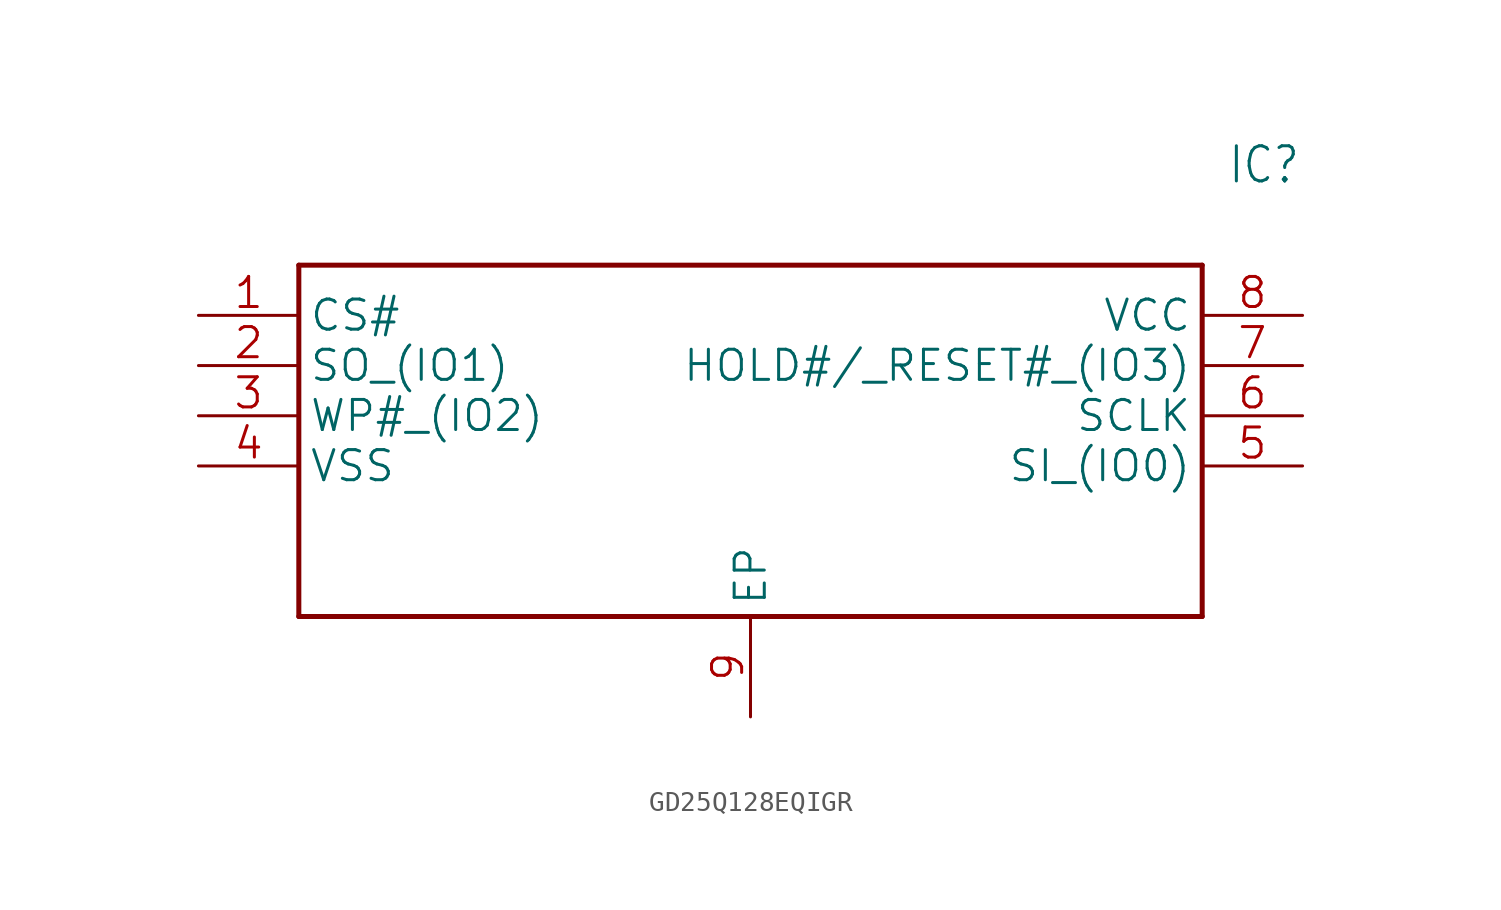
<source format=kicad_sym>
(kicad_symbol_lib
  (version 20241209)
  (generator "kicad_symbol_editor")
  (generator_version "9.0")
  (symbol "GD25Q128EQIGR"
    (property "Reference" "IC"
      (at 52.07 7.62 0)
      (effects (font (size 1.778 1.511)) (justify left)))
    (property "Value" ""
      (at 52.07 5.08 0)
      (effects (font (size 1.778 1.511)) (justify left)))
    (property "ki_locked" ""
      (at 0 0 0)
      (effects (font (size 1.27 1.27))))
    (symbol "GD25Q128EQIGR_1_0"
      (polyline (pts (xy 5.08 2.54) (xy 5.08 -15.24)) (stroke (width 0.254) (type solid)) (fill (type none)))
      (polyline (pts (xy 5.08 2.54) (xy 50.8 2.54)) (stroke (width 0.254) (type solid)) (fill (type none)))
      (polyline (pts (xy 50.8 -15.24) (xy 5.08 -15.24)) (stroke (width 0.254) (type solid)) (fill (type none)))
      (polyline (pts (xy 50.8 -15.24) (xy 50.8 2.54)) (stroke (width 0.254) (type solid)) (fill (type none)))
      (pin bidirectional line (at 0 0 0) (length 5.08) (name "CS#" (effects (font (size 1.524 1.524)))) (number "1" (effects (font (size 1.524 1.524)))))
      (pin bidirectional line (at 0 -2.54 0) (length 5.08) (name "SO_(IO1)" (effects (font (size 1.524 1.524)))) (number "2" (effects (font (size 1.524 1.524)))))
      (pin bidirectional line (at 0 -5.08 0) (length 5.08) (name "WP#_(IO2)" (effects (font (size 1.524 1.524)))) (number "3" (effects (font (size 1.524 1.524)))))
      (pin bidirectional line (at 0 -7.62 0) (length 5.08) (name "VSS" (effects (font (size 1.524 1.524)))) (number "4" (effects (font (size 1.524 1.524)))))
      (pin bidirectional line (at 27.94 -20.32 90) (length 5.08) (name "EP" (effects (font (size 1.524 1.524)))) (number "9" (effects (font (size 1.524 1.524)))))
      (pin bidirectional line (at 55.88 0 180) (length 5.08) (name "VCC" (effects (font (size 1.524 1.524)))) (number "8" (effects (font (size 1.524 1.524)))))
      (pin bidirectional line (at 55.88 -2.54 180) (length 5.08) (name "HOLD#/_RESET#_(IO3)" (effects (font (size 1.524 1.524)))) (number "7" (effects (font (size 1.524 1.524)))))
      (pin bidirectional line (at 55.88 -5.08 180) (length 5.08) (name "SCLK" (effects (font (size 1.524 1.524)))) (number "6" (effects (font (size 1.524 1.524)))))
      (pin bidirectional line (at 55.88 -7.62 180) (length 5.08) (name "SI_(IO0)" (effects (font (size 1.524 1.524)))) (number "5" (effects (font (size 1.524 1.524))))))))
</source>
